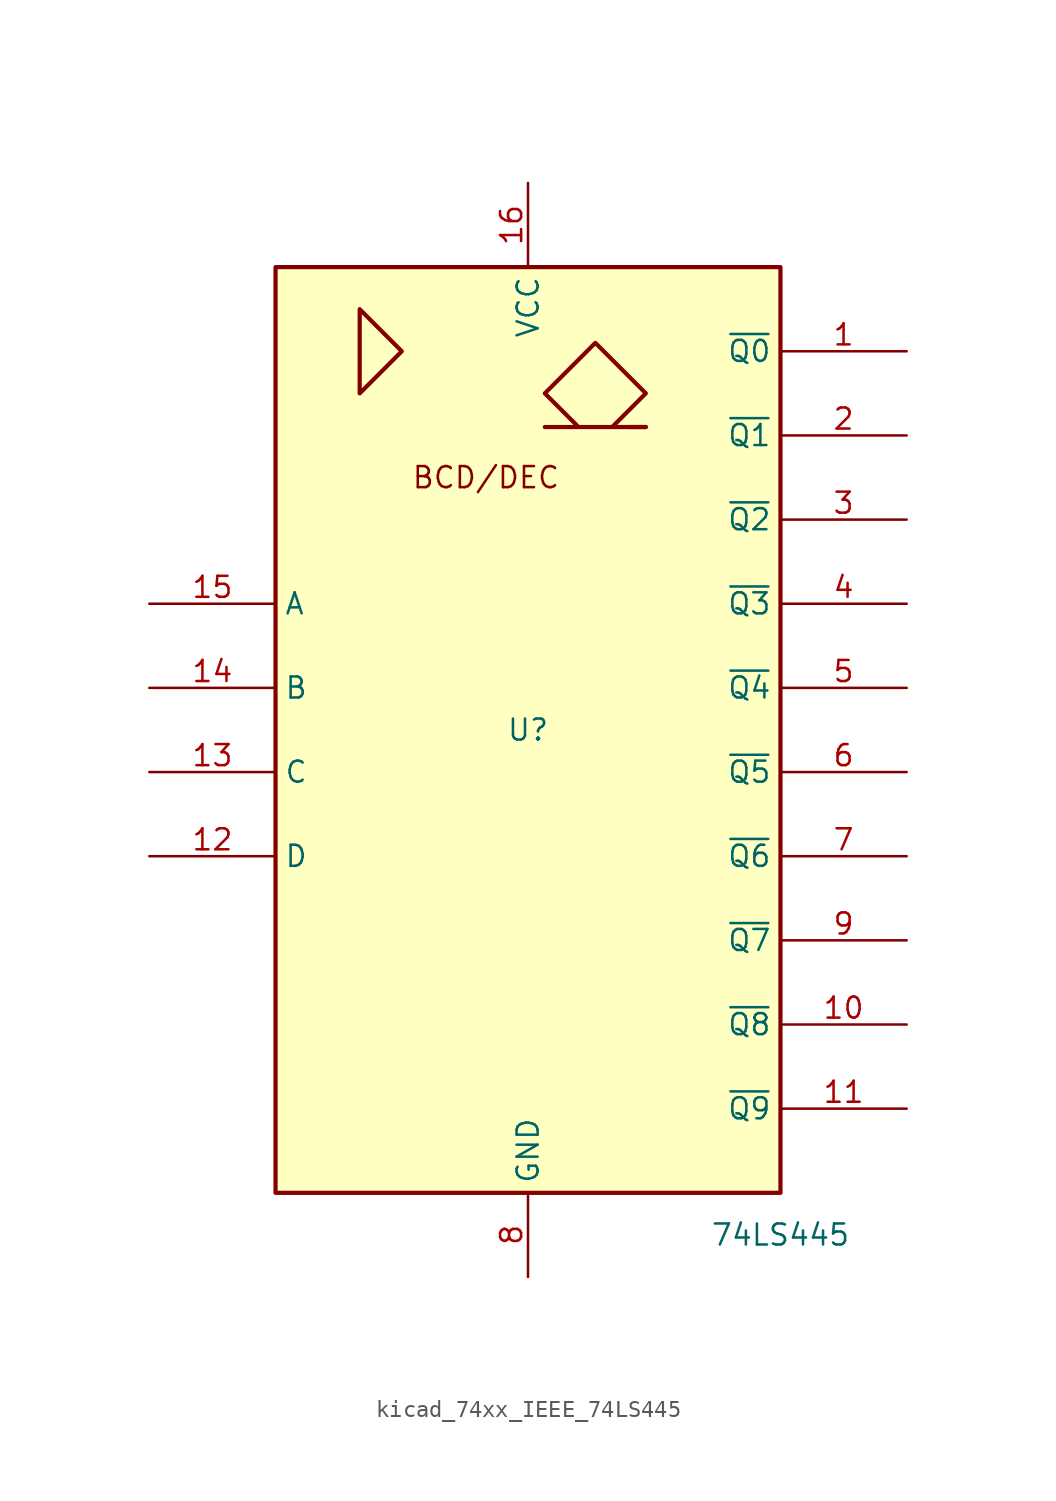
<source format=kicad_sym>
(kicad_symbol_lib
  (version 20220914)
  (generator kicad_symbol_editor)
  (symbol "kicad_74xx_IEEE_74LS445"
    (property "Reference" "U"
      (at 0 0 0)
      (effects (font (size 1.27 1.27))))
    (property "Value" "74LS445"
      (at 15.24 -30.48 0)
      (effects (font (size 1.27 1.27))))
    (symbol "kicad_74xx_IEEE_74LS445_0_0"
      (polyline (pts (xy 7.112 18.288) (xy 6.096 18.288) (xy 6.096 18.288)) (stroke (width 0.254) (type default)) (fill (type background)))
      (polyline (pts (xy -10.16 25.4) (xy -10.16 20.32) (xy -7.62 22.86) (xy -10.16 25.4) (xy -10.16 25.4)) (stroke (width 0.254) (type default)) (fill (type background)))
      (polyline (pts (xy 5.08 18.288) (xy 7.112 20.32) (xy 4.064 23.368) (xy 1.016 20.32) (xy 3.048 18.288) (xy 1.016 18.288) (xy 7.112 18.288)) (stroke (width 0.254) (type default)) (fill (type background)))
      (text "BCD/DEC" (at -2.54 15.24 0) (effects (font (size 1.27 1.27))))
      (pin power_in line (at 0 33.02 270) (length 5.08) (name "VCC" (effects (font (size 1.27 1.27)))) (number "16" (effects (font (size 1.27 1.27)))))
      (pin power_in line (at 0 -33.02 90) (length 5.08) (name "GND" (effects (font (size 1.27 1.27)))) (number "8" (effects (font (size 1.27 1.27))))))
    (symbol "kicad_74xx_IEEE_74LS445_0_1"
      (rectangle (start -15.24 27.94) (end 15.24 -27.94) (stroke (width 0.254) (type default)) (fill (type background))))
    (symbol "kicad_74xx_IEEE_74LS445_1_1"
      (pin open_collector line (at 22.86 22.86 180) (length 7.62) (name "~{Q0}" (effects (font (size 1.27 1.27)))) (number "1" (effects (font (size 1.27 1.27)))))
      (pin open_collector line (at 22.86 -17.78 180) (length 7.62) (name "~{Q8}" (effects (font (size 1.27 1.27)))) (number "10" (effects (font (size 1.27 1.27)))))
      (pin open_collector line (at 22.86 -22.86 180) (length 7.62) (name "~{Q9}" (effects (font (size 1.27 1.27)))) (number "11" (effects (font (size 1.27 1.27)))))
      (pin input line (at -22.86 -7.62 0) (length 7.62) (name "D" (effects (font (size 1.27 1.27)))) (number "12" (effects (font (size 1.27 1.27)))))
      (pin input line (at -22.86 -2.54 0) (length 7.62) (name "C" (effects (font (size 1.27 1.27)))) (number "13" (effects (font (size 1.27 1.27)))))
      (pin input line (at -22.86 2.54 0) (length 7.62) (name "B" (effects (font (size 1.27 1.27)))) (number "14" (effects (font (size 1.27 1.27)))))
      (pin input line (at -22.86 7.62 0) (length 7.62) (name "A" (effects (font (size 1.27 1.27)))) (number "15" (effects (font (size 1.27 1.27)))))
      (pin open_collector line (at 22.86 17.78 180) (length 7.62) (name "~{Q1}" (effects (font (size 1.27 1.27)))) (number "2" (effects (font (size 1.27 1.27)))))
      (pin open_collector line (at 22.86 12.7 180) (length 7.62) (name "~{Q2}" (effects (font (size 1.27 1.27)))) (number "3" (effects (font (size 1.27 1.27)))))
      (pin open_collector line (at 22.86 7.62 180) (length 7.62) (name "~{Q3}" (effects (font (size 1.27 1.27)))) (number "4" (effects (font (size 1.27 1.27)))))
      (pin open_collector line (at 22.86 2.54 180) (length 7.62) (name "~{Q4}" (effects (font (size 1.27 1.27)))) (number "5" (effects (font (size 1.27 1.27)))))
      (pin open_collector line (at 22.86 -2.54 180) (length 7.62) (name "~{Q5}" (effects (font (size 1.27 1.27)))) (number "6" (effects (font (size 1.27 1.27)))))
      (pin open_collector line (at 22.86 -7.62 180) (length 7.62) (name "~{Q6}" (effects (font (size 1.27 1.27)))) (number "7" (effects (font (size 1.27 1.27)))))
      (pin open_collector line (at 22.86 -12.7 180) (length 7.62) (name "~{Q7}" (effects (font (size 1.27 1.27)))) (number "9" (effects (font (size 1.27 1.27))))))))
</source>
